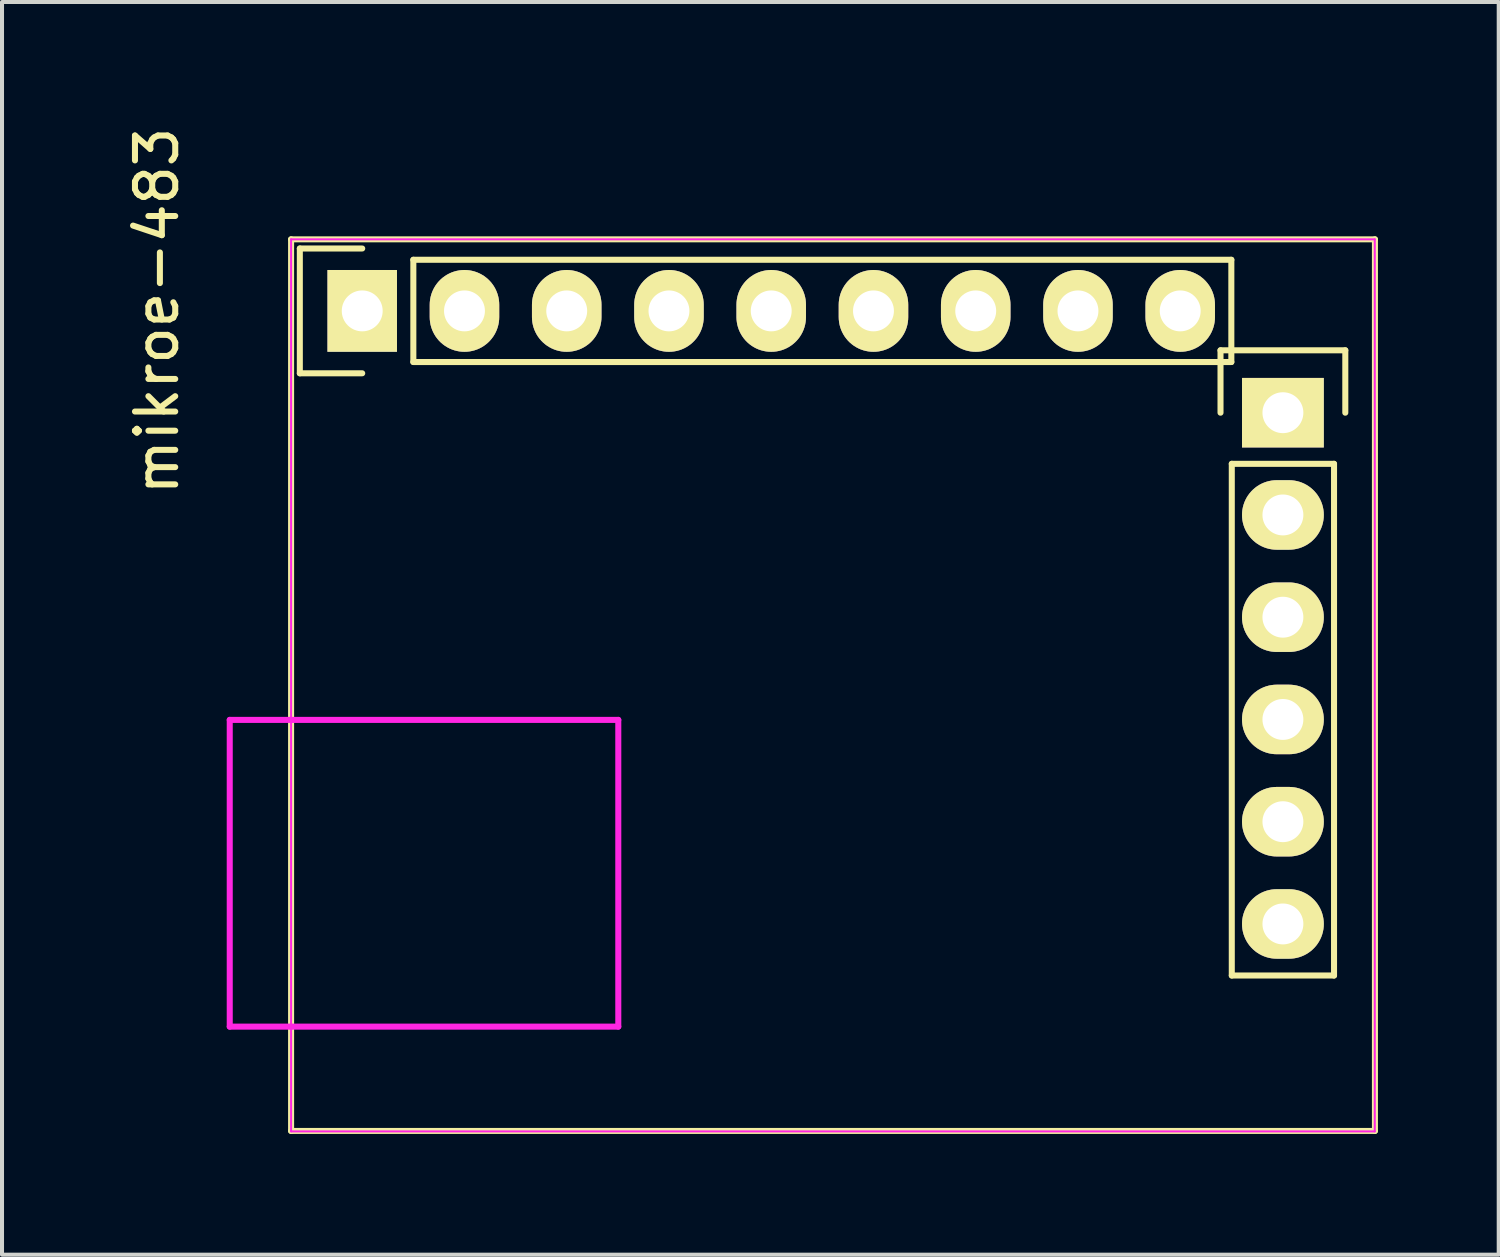
<source format=kicad_pcb>
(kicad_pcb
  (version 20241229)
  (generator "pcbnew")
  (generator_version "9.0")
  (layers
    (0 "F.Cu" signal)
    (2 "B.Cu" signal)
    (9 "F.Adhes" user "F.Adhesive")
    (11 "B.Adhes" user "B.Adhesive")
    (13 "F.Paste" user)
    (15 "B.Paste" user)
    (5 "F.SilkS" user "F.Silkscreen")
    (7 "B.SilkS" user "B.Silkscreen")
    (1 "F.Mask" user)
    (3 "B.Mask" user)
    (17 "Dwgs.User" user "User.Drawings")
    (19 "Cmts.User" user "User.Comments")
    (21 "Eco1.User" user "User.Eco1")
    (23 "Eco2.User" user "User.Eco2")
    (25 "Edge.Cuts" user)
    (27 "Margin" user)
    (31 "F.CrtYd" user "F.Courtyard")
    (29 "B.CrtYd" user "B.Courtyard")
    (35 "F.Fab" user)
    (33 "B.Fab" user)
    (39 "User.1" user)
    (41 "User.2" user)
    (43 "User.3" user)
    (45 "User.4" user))
  (footprint "mikroe-483"
    (layer "F.Cu")
    (at 4.181 2.895)
    (property "Reference" "mikroe-483" (at -3.333 1.778 90) (layer "F.SilkS") (effects (font (size 1 1) (thickness 0.15))))
    (attr through_hole)
    (fp_line (start 0 0) (end 0 22.149) (stroke (width 0.15) (type solid)) (layer "F.SilkS"))
    (fp_line (start 0 22.149) (end 26.924 22.149) (stroke (width 0.15) (type solid)) (layer "F.SilkS"))
    (fp_line (start 0.217 0.228) (end 1.767 0.228) (stroke (width 0.15) (type solid)) (layer "F.SilkS"))
    (fp_line (start 0.217 3.328) (end 0.217 0.228) (stroke (width 0.15) (type solid)) (layer "F.SilkS"))
    (fp_line (start 1.767 3.328) (end 0.217 3.328) (stroke (width 0.15) (type solid)) (layer "F.SilkS"))
    (fp_line (start 3.037 0.508) (end 3.037 3.048) (stroke (width 0.15) (type solid)) (layer "F.SilkS"))
    (fp_line (start 3.037 0.508) (end 23.357 0.508) (stroke (width 0.15) (type solid)) (layer "F.SilkS"))
    (fp_line (start 23.088 2.757) (end 26.188 2.757) (stroke (width 0.15) (type solid)) (layer "F.SilkS"))
    (fp_line (start 23.088 4.307) (end 23.088 2.757) (stroke (width 0.15) (type solid)) (layer "F.SilkS"))
    (fp_line (start 23.357 0.508) (end 23.357 3.048) (stroke (width 0.15) (type solid)) (layer "F.SilkS"))
    (fp_line (start 23.357 3.048) (end 3.037 3.048) (stroke (width 0.15) (type solid)) (layer "F.SilkS"))
    (fp_line (start 23.368 18.288) (end 23.368 5.577) (stroke (width 0.15) (type solid)) (layer "F.SilkS"))
    (fp_line (start 25.908 5.577) (end 23.368 5.577) (stroke (width 0.15) (type solid)) (layer "F.SilkS"))
    (fp_line (start 25.908 5.577) (end 25.908 18.288) (stroke (width 0.15) (type solid)) (layer "F.SilkS"))
    (fp_line (start 25.908 18.288) (end 23.368 18.288) (stroke (width 0.15) (type solid)) (layer "F.SilkS"))
    (fp_line (start 26.188 2.757) (end 26.188 4.307) (stroke (width 0.15) (type solid)) (layer "F.SilkS"))
    (fp_line (start 26.924 0) (end 0 0) (stroke (width 0.15) (type solid)) (layer "F.SilkS"))
    (fp_line (start 26.924 22.149) (end 26.924 0) (stroke (width 0.15) (type solid)) (layer "F.SilkS"))
    (fp_line (start -1.524 11.938) (end 0 11.938) (stroke (width 0.15) (type solid)) (layer "F.CrtYd"))
    (fp_line (start -1.524 19.558) (end -1.524 11.938) (stroke (width 0.15) (type solid)) (layer "F.CrtYd"))
    (fp_line (start 0 0) (end 0 22.16) (stroke (width 0.05) (type solid)) (layer "F.CrtYd"))
    (fp_line (start 0 0) (end 26.92 0) (stroke (width 0.05) (type solid)) (layer "F.CrtYd"))
    (fp_line (start 0 11.938) (end 8.128 11.938) (stroke (width 0.15) (type solid)) (layer "F.CrtYd"))
    (fp_line (start 0 19.558) (end -1.524 19.558) (stroke (width 0.15) (type solid)) (layer "F.CrtYd"))
    (fp_line (start 0 22.16) (end 26.92 22.16) (stroke (width 0.05) (type solid)) (layer "F.CrtYd"))
    (fp_line (start 8.128 11.938) (end 8.128 19.558) (stroke (width 0.15) (type solid)) (layer "F.CrtYd"))
    (fp_line (start 8.128 19.558) (end 0 19.558) (stroke (width 0.15) (type solid)) (layer "F.CrtYd"))
    (fp_line (start 26.92 0) (end 26.92 22.16) (stroke (width 0.05) (type solid)) (layer "F.CrtYd"))
    (pad "2-1" thru_hole rect (at 24.638 4.307) (size 2.032 1.727) (drill 1.016) (layers "*.Cu" "*.Mask" "F.SilkS"))
    (pad "2-2" thru_hole oval (at 24.638 6.847) (size 2.032 1.727) (drill 1.016) (layers "*.Cu" "*.Mask" "F.SilkS"))
    (pad "2-3" thru_hole oval (at 24.638 9.387) (size 2.032 1.727) (drill 1.016) (layers "*.Cu" "*.Mask" "F.SilkS"))
    (pad "2-4" thru_hole oval (at 24.638 11.927) (size 2.032 1.727) (drill 1.016) (layers "*.Cu" "*.Mask" "F.SilkS"))
    (pad "2-5" thru_hole oval (at 24.638 14.467 180) (size 2.032 1.727) (drill 1.016) (layers "*.Cu" "*.Mask" "F.SilkS"))
    (pad "2-6" thru_hole oval (at 24.638 17.007) (size 2.032 1.727) (drill 1.016) (layers "*.Cu" "*.Mask" "F.SilkS"))
    (pad "3-1" thru_hole rect (at 1.767 1.778 90) (size 2.032 1.727) (drill 1.016) (layers "*.Cu" "*.Mask" "F.SilkS"))
    (pad "3-2" thru_hole oval (at 4.307 1.778 90) (size 2.032 1.727) (drill 1.016) (layers "*.Cu" "*.Mask" "F.SilkS"))
    (pad "3-3" thru_hole oval (at 6.847 1.778 90) (size 2.032 1.727) (drill 1.016) (layers "*.Cu" "*.Mask" "F.SilkS"))
    (pad "3-4" thru_hole oval (at 9.387 1.778 90) (size 2.032 1.727) (drill 1.016) (layers "*.Cu" "*.Mask" "F.SilkS"))
    (pad "3-5" thru_hole oval (at 11.927 1.778 270) (size 2.032 1.727) (drill 1.016) (layers "*.Cu" "*.Mask" "F.SilkS"))
    (pad "3-6" thru_hole oval (at 14.467 1.778 90) (size 2.032 1.727) (drill 1.016) (layers "*.Cu" "*.Mask" "F.SilkS"))
    (pad "3-7" thru_hole oval (at 17.007 1.778 90) (size 2.032 1.727) (drill 1.016) (layers "*.Cu" "*.Mask" "F.SilkS"))
    (pad "3-8" thru_hole oval (at 19.547 1.778 90) (size 2.032 1.727) (drill 1.016) (layers "*.Cu" "*.Mask" "F.SilkS"))
    (pad "3-9" thru_hole oval (at 22.087 1.778 90) (size 2.032 1.727) (drill 1.016) (layers "*.Cu" "*.Mask" "F.SilkS")))
  (gr_rect
    (start -3 -3)
    (end 34.18 28.118)
    (stroke (width 0.1) (type default))
    (fill no)
    (layer "Edge.Cuts")))
</source>
